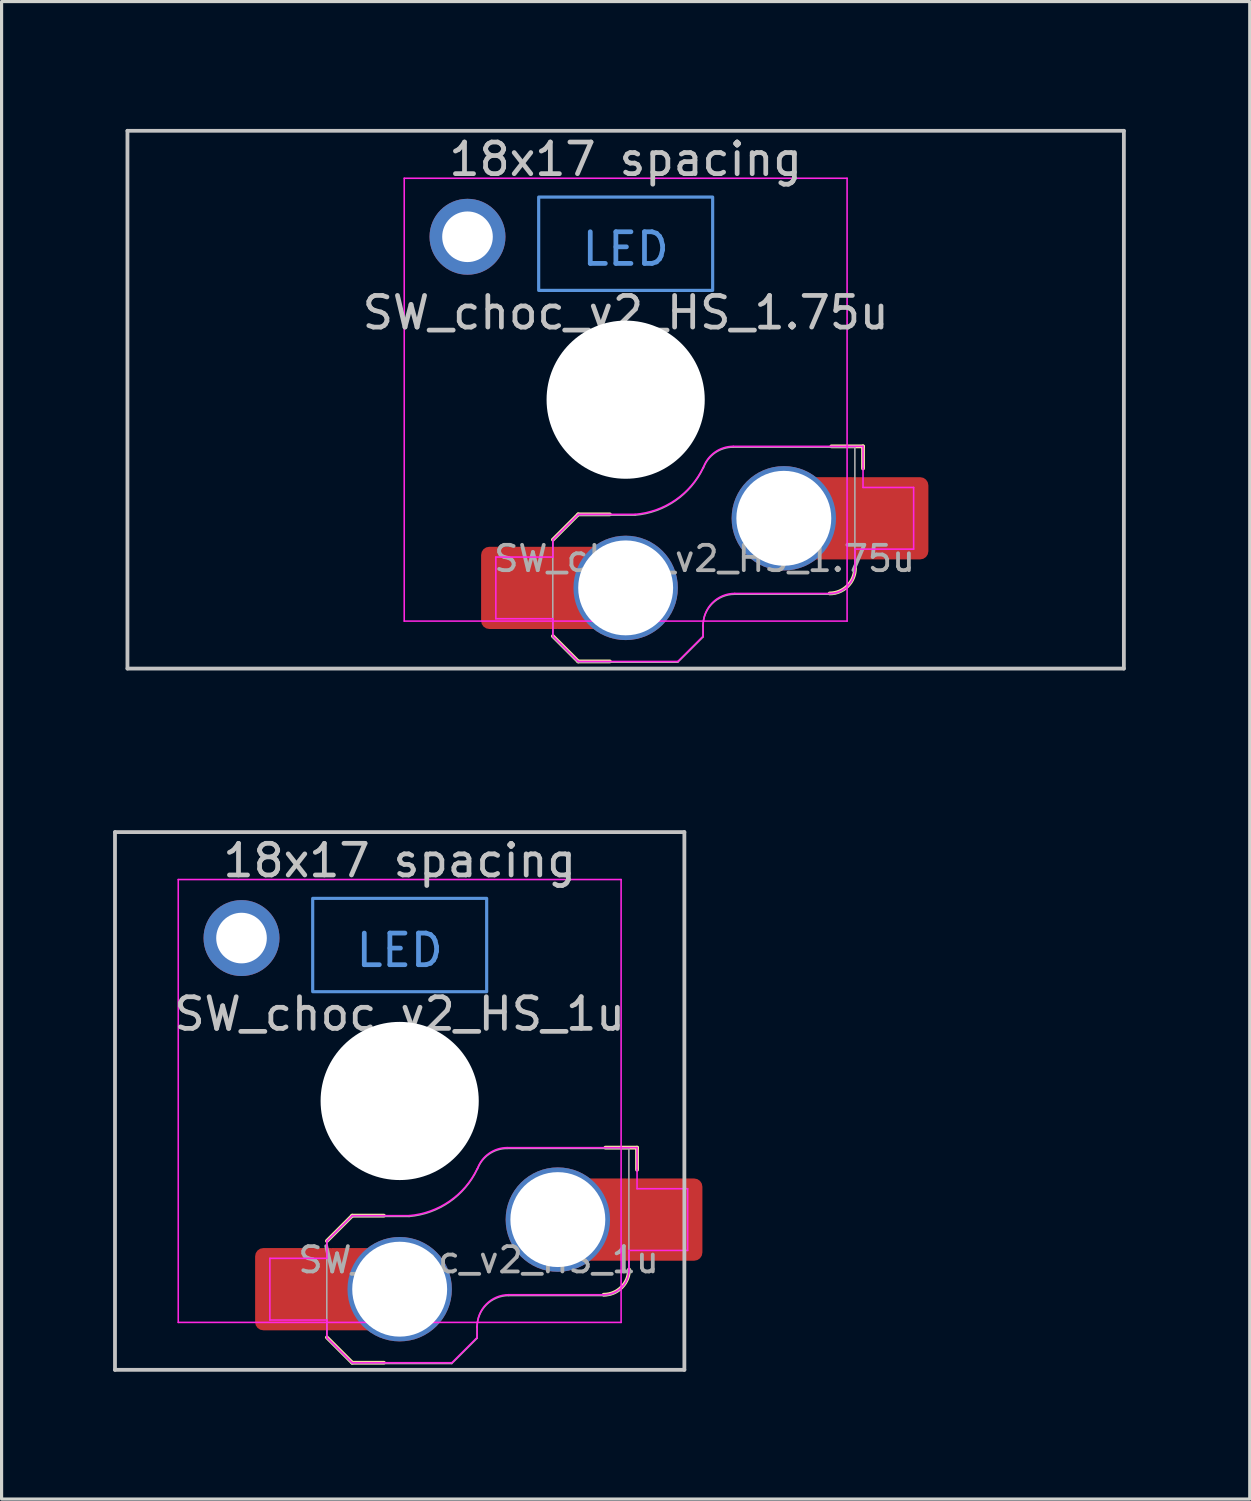
<source format=kicad_pcb>
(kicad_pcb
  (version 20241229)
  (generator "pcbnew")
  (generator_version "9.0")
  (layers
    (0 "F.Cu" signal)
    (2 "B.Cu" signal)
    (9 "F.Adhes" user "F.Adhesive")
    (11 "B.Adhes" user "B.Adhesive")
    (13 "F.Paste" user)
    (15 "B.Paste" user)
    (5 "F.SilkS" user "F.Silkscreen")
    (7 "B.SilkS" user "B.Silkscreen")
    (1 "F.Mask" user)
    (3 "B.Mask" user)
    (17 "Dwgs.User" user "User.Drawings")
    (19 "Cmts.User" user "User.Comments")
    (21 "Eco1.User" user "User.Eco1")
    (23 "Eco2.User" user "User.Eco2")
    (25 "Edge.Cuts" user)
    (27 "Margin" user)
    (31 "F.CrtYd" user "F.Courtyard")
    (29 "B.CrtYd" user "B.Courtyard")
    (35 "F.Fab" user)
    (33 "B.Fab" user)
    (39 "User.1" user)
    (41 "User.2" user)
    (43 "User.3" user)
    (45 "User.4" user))
  (footprint "SW_choc_v2_HS_1.75u"
    (layer "F.Cu")
    (at 16.729 9.585)
    (property "Reference" "SW_choc_v2_HS_1.75u" (at 0 -2.75 180) (layer "Dwgs.User") (effects (font (size 1 1) (thickness 0.15))))
    (attr smd)
    (fp_line (start -2.3 7.475) (end -1.5 8.275) (stroke (width 0.12) (type solid)) (layer "F.SilkS"))
    (fp_line (start -1.5 3.625) (end -2.3 4.425) (stroke (width 0.12) (type solid)) (layer "F.SilkS"))
    (fp_line (start -1.5 3.625) (end -0.5 3.625) (stroke (width 0.12) (type solid)) (layer "F.SilkS"))
    (fp_line (start -1.5 8.275) (end -0.5 8.275) (stroke (width 0.12) (type solid)) (layer "F.SilkS"))
    (fp_line (start 7.504 1.475) (end 6.504 1.475) (stroke (width 0.12) (type solid)) (layer "F.SilkS"))
    (fp_line (start 7.504 1.475) (end 7.504 2.175) (stroke (width 0.12) (type solid)) (layer "F.SilkS"))
    (fp_arc (start 7.25 5.325) (mid 7.015685 5.890685) (end 6.45 6.125) (stroke (width 0.12) (type solid)) (layer "F.SilkS"))
    (fp_line (start -15.75 -8.5) (end 15.75 -8.5) (stroke (width 0.12) (type solid)) (layer "Dwgs.User"))
    (fp_line (start -15.75 8.5) (end -15.75 -8.5) (stroke (width 0.12) (type solid)) (layer "Dwgs.User"))
    (fp_line (start 15.75 -8.5) (end 15.75 8.5) (stroke (width 0.12) (type solid)) (layer "Dwgs.User"))
    (fp_line (start 15.75 8.5) (end -15.75 8.5) (stroke (width 0.12) (type solid)) (layer "Dwgs.User"))
    (fp_rect (start -2.75 -6.405) (end 2.75 -3.455) (stroke (width 0.1) (type default)) (fill no) (layer "Cmts.User"))
    (fp_line (start -16.669 -9.525) (end -16.669 9.525) (stroke (width 0.12) (type solid)) (layer "Eco1.User"))
    (fp_line (start -16.669 9.525) (end 16.669 9.525) (stroke (width 0.12) (type solid)) (layer "Eco1.User"))
    (fp_line (start 16.669 -9.525) (end -16.669 -9.525) (stroke (width 0.12) (type solid)) (layer "Eco1.User"))
    (fp_line (start 16.669 9.525) (end 16.669 -9.525) (stroke (width 0.12) (type solid)) (layer "Eco1.User"))
    (fp_line (start -6.95 6.45) (end -6.95 -6.45) (stroke (width 0.05) (type solid)) (layer "Eco2.User"))
    (fp_line (start -6.45 -6.95) (end 6.45 -6.95) (stroke (width 0.05) (type solid)) (layer "Eco2.User"))
    (fp_line (start 6.45 6.95) (end -6.45 6.95) (stroke (width 0.05) (type solid)) (layer "Eco2.User"))
    (fp_line (start 6.95 -6.45) (end 6.95 6.45) (stroke (width 0.05) (type solid)) (layer "Eco2.User"))
    (fp_arc (start -6.95 -6.45) (mid -6.803553 -6.803553) (end -6.45 -6.95) (stroke (width 0.05) (type solid)) (layer "Eco2.User"))
    (fp_arc (start -6.45 6.95) (mid -6.803553 6.803553) (end -6.95 6.45) (stroke (width 0.05) (type solid)) (layer "Eco2.User"))
    (fp_arc (start 6.45 -6.95) (mid 6.803553 -6.803553) (end 6.95 -6.45) (stroke (width 0.05) (type solid)) (layer "Eco2.User"))
    (fp_arc (start 6.95 6.45) (mid 6.803553 6.803553) (end 6.45 6.95) (stroke (width 0.05) (type solid)) (layer "Eco2.User"))
    (fp_arc (start 6.95 6.45) (mid 6.803553 6.803553) (end 6.45 6.95) (stroke (width 0.05) (type solid)) (layer "Eco2.User"))
    (fp_line (start -7 -7) (end 7 -7) (stroke (width 0.05) (type solid)) (layer "F.CrtYd"))
    (fp_line (start -7 7) (end -7 -7) (stroke (width 0.05) (type solid)) (layer "F.CrtYd"))
    (fp_line (start -4.104 4.975) (end -4.104 6.925) (stroke (width 0.05) (type solid)) (layer "F.CrtYd"))
    (fp_line (start -4.104 4.975) (end -2.3 4.975) (stroke (width 0.05) (type solid)) (layer "F.CrtYd"))
    (fp_line (start -4.104 6.925) (end -2.3 6.925) (stroke (width 0.05) (type solid)) (layer "F.CrtYd"))
    (fp_line (start -2.3 4.975) (end -2.3 4.425) (stroke (width 0.05) (type solid)) (layer "F.CrtYd"))
    (fp_line (start -2.3 7.475) (end -2.3 6.925) (stroke (width 0.05) (type solid)) (layer "F.CrtYd"))
    (fp_line (start -2.3 7.475) (end -1.5 8.275) (stroke (width 0.05) (type solid)) (layer "F.CrtYd"))
    (fp_line (start -1.5 3.625) (end -2.3 4.425) (stroke (width 0.05) (type solid)) (layer "F.CrtYd"))
    (fp_line (start -1.5 3.625) (end 0.3 3.625) (stroke (width 0.05) (type solid)) (layer "F.CrtYd"))
    (fp_line (start -1.5 8.275) (end 1.65 8.275) (stroke (width 0.05) (type solid)) (layer "F.CrtYd"))
    (fp_line (start 2.45 7.475) (end 1.65 8.275) (stroke (width 0.05) (type solid)) (layer "F.CrtYd"))
    (fp_line (start 2.45 7.475) (end 2.45 7.125) (stroke (width 0.05) (type solid)) (layer "F.CrtYd"))
    (fp_line (start 3.45 6.125) (end 6.45 6.125) (stroke (width 0.05) (type solid)) (layer "F.CrtYd"))
    (fp_line (start 7 -7) (end 7 7) (stroke (width 0.05) (type solid)) (layer "F.CrtYd"))
    (fp_line (start 7 7) (end -7 7) (stroke (width 0.05) (type solid)) (layer "F.CrtYd"))
    (fp_line (start 7.25 4.725) (end 9.104 4.725) (stroke (width 0.05) (type solid)) (layer "F.CrtYd"))
    (fp_line (start 7.25 5.325) (end 7.25 4.725) (stroke (width 0.05) (type solid)) (layer "F.CrtYd"))
    (fp_line (start 7.504 1.475) (end 3.4 1.475) (stroke (width 0.05) (type solid)) (layer "F.CrtYd"))
    (fp_line (start 7.504 1.475) (end 7.504 2.175) (stroke (width 0.05) (type solid)) (layer "F.CrtYd"))
    (fp_line (start 7.504 2.175) (end 7.504 2.775) (stroke (width 0.05) (type solid)) (layer "F.CrtYd"))
    (fp_line (start 9.104 2.775) (end 7.504 2.775) (stroke (width 0.05) (type solid)) (layer "F.CrtYd"))
    (fp_line (start 9.104 4.725) (end 9.104 2.775) (stroke (width 0.05) (type solid)) (layer "F.CrtYd"))
    (fp_arc (start 2.45 7.125) (mid 2.742893 6.417893) (end 3.45 6.125) (stroke (width 0.05) (type solid)) (layer "F.CrtYd"))
    (fp_arc (start 2.455444 2.13293) (mid 1.577272 3.167235) (end 0.299999 3.624999) (stroke (width 0.05) (type solid)) (layer "F.CrtYd"))
    (fp_arc (start 2.460307 2.13298) (mid 2.826423 1.655848) (end 3.4 1.475) (stroke (width 0.05) (type solid)) (layer "F.CrtYd"))
    (fp_arc (start 7.25 5.325) (mid 7.015685 5.890685) (end 6.45 6.125) (stroke (width 0.05) (type solid)) (layer "F.CrtYd"))
    (fp_line (start -2.304 7.5) (end -2.304 4.45) (stroke (width 0.05) (type solid)) (layer "F.Fab"))
    (fp_line (start -2.304 7.5) (end -1.504 8.3) (stroke (width 0.05) (type solid)) (layer "F.Fab"))
    (fp_line (start -1.504 3.65) (end -2.304 4.45) (stroke (width 0.05) (type solid)) (layer "F.Fab"))
    (fp_line (start -1.504 3.65) (end 0.296 3.65) (stroke (width 0.05) (type solid)) (layer "F.Fab"))
    (fp_line (start -1.504 8.3) (end 1.646 8.3) (stroke (width 0.05) (type solid)) (layer "F.Fab"))
    (fp_line (start 2.446 7.5) (end 1.646 8.3) (stroke (width 0.05) (type solid)) (layer "F.Fab"))
    (fp_line (start 2.446 7.5) (end 2.446 7.15) (stroke (width 0.05) (type solid)) (layer "F.Fab"))
    (fp_line (start 3.446 6.15) (end 6.446 6.15) (stroke (width 0.05) (type solid)) (layer "F.Fab"))
    (fp_line (start 7.246 1.5) (end 3.396 1.5) (stroke (width 0.05) (type solid)) (layer "F.Fab"))
    (fp_line (start 7.246 5.35) (end 7.246 1.5) (stroke (width 0.05) (type solid)) (layer "F.Fab"))
    (fp_arc (start 2.446 7.15) (mid 2.738893 6.442893) (end 3.446 6.15) (stroke (width 0.05) (type solid)) (layer "F.Fab"))
    (fp_arc (start 2.451444 2.15793) (mid 1.573272 3.192235) (end 0.295999 3.649999) (stroke (width 0.05) (type solid)) (layer "F.Fab"))
    (fp_arc (start 2.456307 2.15798) (mid 2.822423 1.680848) (end 3.396 1.5) (stroke (width 0.05) (type solid)) (layer "F.Fab"))
    (fp_arc (start 7.246 5.35) (mid 7.011685 5.915685) (end 6.446 6.15) (stroke (width 0.05) (type solid)) (layer "F.Fab"))
    (fp_text user "18x17 spacing" (at 0 -7.6 0) (layer "Dwgs.User") (effects (font (size 1 1) (thickness 0.15))))
    (fp_text user "LED" (at 0 -4.763 0) (unlocked yes) (layer "Cmts.User") (effects (font (size 1 1) (thickness 0.15))))
    (fp_text user "19.05 spacing" (at 0 -8.7 0) (layer "Eco1.User") (effects (font (size 1 1) (thickness 0.15))))
    (fp_text user "${REFERENCE}" (at 2.496 5.025 0) (layer "F.Fab") (effects (font (size 0.8 0.8) (thickness 0.12))))
    (pad "" np_thru_hole circle (at 0 0 180) (size 5 5) (drill 5) (layers "*.Cu" "*.Mask"))
    (pad "1" thru_hole circle (at 5 3.75) (size 3.3 3.3) (drill 3) (layers "*.Cu" "F.Mask"))
    (pad "1" smd rect (at 6.55 3.75) (size 1.2 2.6) (layers "F.Cu"))
    (pad "1" smd roundrect (at 8.245 3.75) (size 2.65 2.6) (layers "F.Cu" "F.Mask" "F.Paste") (roundrect_rratio 0.1))
    (pad "2" smd roundrect (at -3.245 5.95) (size 2.65 2.6) (layers "F.Cu" "F.Mask" "F.Paste") (roundrect_rratio 0.1))
    (pad "2" smd rect (at -1.55 5.95 180) (size 1.2 2.6) (layers "F.Cu"))
    (pad "2" thru_hole circle (at 0 5.95) (size 3.3 3.3) (drill 3) (layers "*.Cu" "F.Mask"))
    (pad "MP" thru_hole circle (at -5 -5.15 180) (size 2.4 2.4) (drill 1.6) (layers "*.Cu" "F.Mask")))
  (footprint "SW_choc_v2_HS_1u"
    (layer "F.Cu")
    (at 9.585 31.755)
    (property "Reference" "SW_choc_v2_HS_1u" (at 0 -2.75 180) (layer "Dwgs.User") (effects (font (size 1 1) (thickness 0.15))))
    (attr smd)
    (fp_line (start -2.3 7.475) (end -1.5 8.275) (stroke (width 0.12) (type solid)) (layer "F.SilkS"))
    (fp_line (start -1.5 3.625) (end -2.3 4.425) (stroke (width 0.12) (type solid)) (layer "F.SilkS"))
    (fp_line (start -1.5 3.625) (end -0.5 3.625) (stroke (width 0.12) (type solid)) (layer "F.SilkS"))
    (fp_line (start -1.5 8.275) (end -0.5 8.275) (stroke (width 0.12) (type solid)) (layer "F.SilkS"))
    (fp_line (start 7.504 1.475) (end 6.504 1.475) (stroke (width 0.12) (type solid)) (layer "F.SilkS"))
    (fp_line (start 7.504 1.475) (end 7.504 2.175) (stroke (width 0.12) (type solid)) (layer "F.SilkS"))
    (fp_arc (start 7.25 5.325) (mid 7.015685 5.890685) (end 6.45 6.125) (stroke (width 0.12) (type solid)) (layer "F.SilkS"))
    (fp_line (start -9 -8.5) (end 9 -8.5) (stroke (width 0.12) (type solid)) (layer "Dwgs.User"))
    (fp_line (start -9 8.5) (end -9 -8.5) (stroke (width 0.12) (type solid)) (layer "Dwgs.User"))
    (fp_line (start 9 -8.5) (end 9 8.5) (stroke (width 0.12) (type solid)) (layer "Dwgs.User"))
    (fp_line (start 9 8.5) (end -9 8.5) (stroke (width 0.12) (type solid)) (layer "Dwgs.User"))
    (fp_rect (start -2.75 -6.405) (end 2.75 -3.455) (stroke (width 0.1) (type default)) (fill no) (layer "Cmts.User"))
    (fp_line (start -9.525 -9.525) (end -9.525 9.525) (stroke (width 0.12) (type solid)) (layer "Eco1.User"))
    (fp_line (start -9.525 9.525) (end 9.525 9.525) (stroke (width 0.12) (type solid)) (layer "Eco1.User"))
    (fp_line (start 9.525 -9.525) (end -9.525 -9.525) (stroke (width 0.12) (type solid)) (layer "Eco1.User"))
    (fp_line (start 9.525 9.525) (end 9.525 -9.525) (stroke (width 0.12) (type solid)) (layer "Eco1.User"))
    (fp_line (start -6.95 6.45) (end -6.95 -6.45) (stroke (width 0.05) (type solid)) (layer "Eco2.User"))
    (fp_line (start -6.45 -6.95) (end 6.45 -6.95) (stroke (width 0.05) (type solid)) (layer "Eco2.User"))
    (fp_line (start 6.45 6.95) (end -6.45 6.95) (stroke (width 0.05) (type solid)) (layer "Eco2.User"))
    (fp_line (start 6.95 -6.45) (end 6.95 6.45) (stroke (width 0.05) (type solid)) (layer "Eco2.User"))
    (fp_arc (start -6.95 -6.45) (mid -6.803553 -6.803553) (end -6.45 -6.95) (stroke (width 0.05) (type solid)) (layer "Eco2.User"))
    (fp_arc (start -6.45 6.95) (mid -6.803553 6.803553) (end -6.95 6.45) (stroke (width 0.05) (type solid)) (layer "Eco2.User"))
    (fp_arc (start 6.45 -6.95) (mid 6.803553 -6.803553) (end 6.95 -6.45) (stroke (width 0.05) (type solid)) (layer "Eco2.User"))
    (fp_arc (start 6.95 6.45) (mid 6.803553 6.803553) (end 6.45 6.95) (stroke (width 0.05) (type solid)) (layer "Eco2.User"))
    (fp_arc (start 6.95 6.45) (mid 6.803553 6.803553) (end 6.45 6.95) (stroke (width 0.05) (type solid)) (layer "Eco2.User"))
    (fp_line (start -7 -7) (end 7 -7) (stroke (width 0.05) (type solid)) (layer "F.CrtYd"))
    (fp_line (start -7 7) (end -7 -7) (stroke (width 0.05) (type solid)) (layer "F.CrtYd"))
    (fp_line (start -4.104 4.975) (end -4.104 6.925) (stroke (width 0.05) (type solid)) (layer "F.CrtYd"))
    (fp_line (start -4.104 4.975) (end -2.3 4.975) (stroke (width 0.05) (type solid)) (layer "F.CrtYd"))
    (fp_line (start -4.104 6.925) (end -2.3 6.925) (stroke (width 0.05) (type solid)) (layer "F.CrtYd"))
    (fp_line (start -2.3 4.975) (end -2.3 4.425) (stroke (width 0.05) (type solid)) (layer "F.CrtYd"))
    (fp_line (start -2.3 7.475) (end -2.3 6.925) (stroke (width 0.05) (type solid)) (layer "F.CrtYd"))
    (fp_line (start -2.3 7.475) (end -1.5 8.275) (stroke (width 0.05) (type solid)) (layer "F.CrtYd"))
    (fp_line (start -1.5 3.625) (end -2.3 4.425) (stroke (width 0.05) (type solid)) (layer "F.CrtYd"))
    (fp_line (start -1.5 3.625) (end 0.3 3.625) (stroke (width 0.05) (type solid)) (layer "F.CrtYd"))
    (fp_line (start -1.5 8.275) (end 1.65 8.275) (stroke (width 0.05) (type solid)) (layer "F.CrtYd"))
    (fp_line (start 2.45 7.475) (end 1.65 8.275) (stroke (width 0.05) (type solid)) (layer "F.CrtYd"))
    (fp_line (start 2.45 7.475) (end 2.45 7.125) (stroke (width 0.05) (type solid)) (layer "F.CrtYd"))
    (fp_line (start 3.45 6.125) (end 6.45 6.125) (stroke (width 0.05) (type solid)) (layer "F.CrtYd"))
    (fp_line (start 7 -7) (end 7 7) (stroke (width 0.05) (type solid)) (layer "F.CrtYd"))
    (fp_line (start 7 7) (end -7 7) (stroke (width 0.05) (type solid)) (layer "F.CrtYd"))
    (fp_line (start 7.25 4.725) (end 9.104 4.725) (stroke (width 0.05) (type solid)) (layer "F.CrtYd"))
    (fp_line (start 7.25 5.325) (end 7.25 4.725) (stroke (width 0.05) (type solid)) (layer "F.CrtYd"))
    (fp_line (start 7.504 1.475) (end 3.4 1.475) (stroke (width 0.05) (type solid)) (layer "F.CrtYd"))
    (fp_line (start 7.504 1.475) (end 7.504 2.175) (stroke (width 0.05) (type solid)) (layer "F.CrtYd"))
    (fp_line (start 7.504 2.175) (end 7.504 2.775) (stroke (width 0.05) (type solid)) (layer "F.CrtYd"))
    (fp_line (start 9.104 2.775) (end 7.504 2.775) (stroke (width 0.05) (type solid)) (layer "F.CrtYd"))
    (fp_line (start 9.104 4.725) (end 9.104 2.775) (stroke (width 0.05) (type solid)) (layer "F.CrtYd"))
    (fp_arc (start 2.45 7.125) (mid 2.742893 6.417893) (end 3.45 6.125) (stroke (width 0.05) (type solid)) (layer "F.CrtYd"))
    (fp_arc (start 2.455444 2.13293) (mid 1.577272 3.167235) (end 0.299999 3.624999) (stroke (width 0.05) (type solid)) (layer "F.CrtYd"))
    (fp_arc (start 2.460307 2.13298) (mid 2.826423 1.655848) (end 3.4 1.475) (stroke (width 0.05) (type solid)) (layer "F.CrtYd"))
    (fp_arc (start 7.25 5.325) (mid 7.015685 5.890685) (end 6.45 6.125) (stroke (width 0.05) (type solid)) (layer "F.CrtYd"))
    (fp_line (start -2.304 7.5) (end -2.304 4.45) (stroke (width 0.05) (type solid)) (layer "F.Fab"))
    (fp_line (start -2.304 7.5) (end -1.504 8.3) (stroke (width 0.05) (type solid)) (layer "F.Fab"))
    (fp_line (start -1.504 3.65) (end -2.304 4.45) (stroke (width 0.05) (type solid)) (layer "F.Fab"))
    (fp_line (start -1.504 3.65) (end 0.296 3.65) (stroke (width 0.05) (type solid)) (layer "F.Fab"))
    (fp_line (start -1.504 8.3) (end 1.646 8.3) (stroke (width 0.05) (type solid)) (layer "F.Fab"))
    (fp_line (start 2.446 7.5) (end 1.646 8.3) (stroke (width 0.05) (type solid)) (layer "F.Fab"))
    (fp_line (start 2.446 7.5) (end 2.446 7.15) (stroke (width 0.05) (type solid)) (layer "F.Fab"))
    (fp_line (start 3.446 6.15) (end 6.446 6.15) (stroke (width 0.05) (type solid)) (layer "F.Fab"))
    (fp_line (start 7.246 1.5) (end 3.396 1.5) (stroke (width 0.05) (type solid)) (layer "F.Fab"))
    (fp_line (start 7.246 5.35) (end 7.246 1.5) (stroke (width 0.05) (type solid)) (layer "F.Fab"))
    (fp_arc (start 2.446 7.15) (mid 2.738893 6.442893) (end 3.446 6.15) (stroke (width 0.05) (type solid)) (layer "F.Fab"))
    (fp_arc (start 2.451444 2.15793) (mid 1.573272 3.192235) (end 0.295999 3.649999) (stroke (width 0.05) (type solid)) (layer "F.Fab"))
    (fp_arc (start 2.456307 2.15798) (mid 2.822423 1.680848) (end 3.396 1.5) (stroke (width 0.05) (type solid)) (layer "F.Fab"))
    (fp_arc (start 7.246 5.35) (mid 7.011685 5.915685) (end 6.446 6.15) (stroke (width 0.05) (type solid)) (layer "F.Fab"))
    (fp_text user "18x17 spacing" (at 0 -7.6 180) (layer "Dwgs.User") (effects (font (size 1 1) (thickness 0.15))))
    (fp_text user "LED" (at 0 -4.763 0) (unlocked yes) (layer "Cmts.User") (effects (font (size 1 1) (thickness 0.15))))
    (fp_text user "19.05 spacing" (at 0 -8.7 180) (layer "Eco1.User") (effects (font (size 1 1) (thickness 0.15))))
    (fp_text user "${REFERENCE}" (at 2.496 5.025 0) (layer "F.Fab") (effects (font (size 0.8 0.8) (thickness 0.12))))
    (pad "" np_thru_hole circle (at 0 0 180) (size 5 5) (drill 5) (layers "*.Cu" "*.Mask"))
    (pad "1" thru_hole circle (at 5 3.75) (size 3.3 3.3) (drill 3) (layers "*.Cu" "F.Mask"))
    (pad "1" smd rect (at 6.55 3.75) (size 1.2 2.6) (layers "F.Cu"))
    (pad "1" smd roundrect (at 8.245 3.75) (size 2.65 2.6) (layers "F.Cu" "F.Mask" "F.Paste") (roundrect_rratio 0.1))
    (pad "2" smd roundrect (at -3.245 5.95) (size 2.65 2.6) (layers "F.Cu" "F.Mask" "F.Paste") (roundrect_rratio 0.1))
    (pad "2" smd rect (at -1.55 5.95 180) (size 1.2 2.6) (layers "F.Cu"))
    (pad "2" thru_hole circle (at 0 5.95) (size 3.3 3.3) (drill 3) (layers "*.Cu" "F.Mask"))
    (pad "MP" thru_hole circle (at -5 -5.15 180) (size 2.4 2.4) (drill 1.6) (layers "*.Cu" "F.Mask")))
  (gr_rect
    (start -3 -3)
    (end 36.458 44.34)
    (stroke (width 0.1) (type default))
    (fill no)
    (layer "Edge.Cuts")))
</source>
